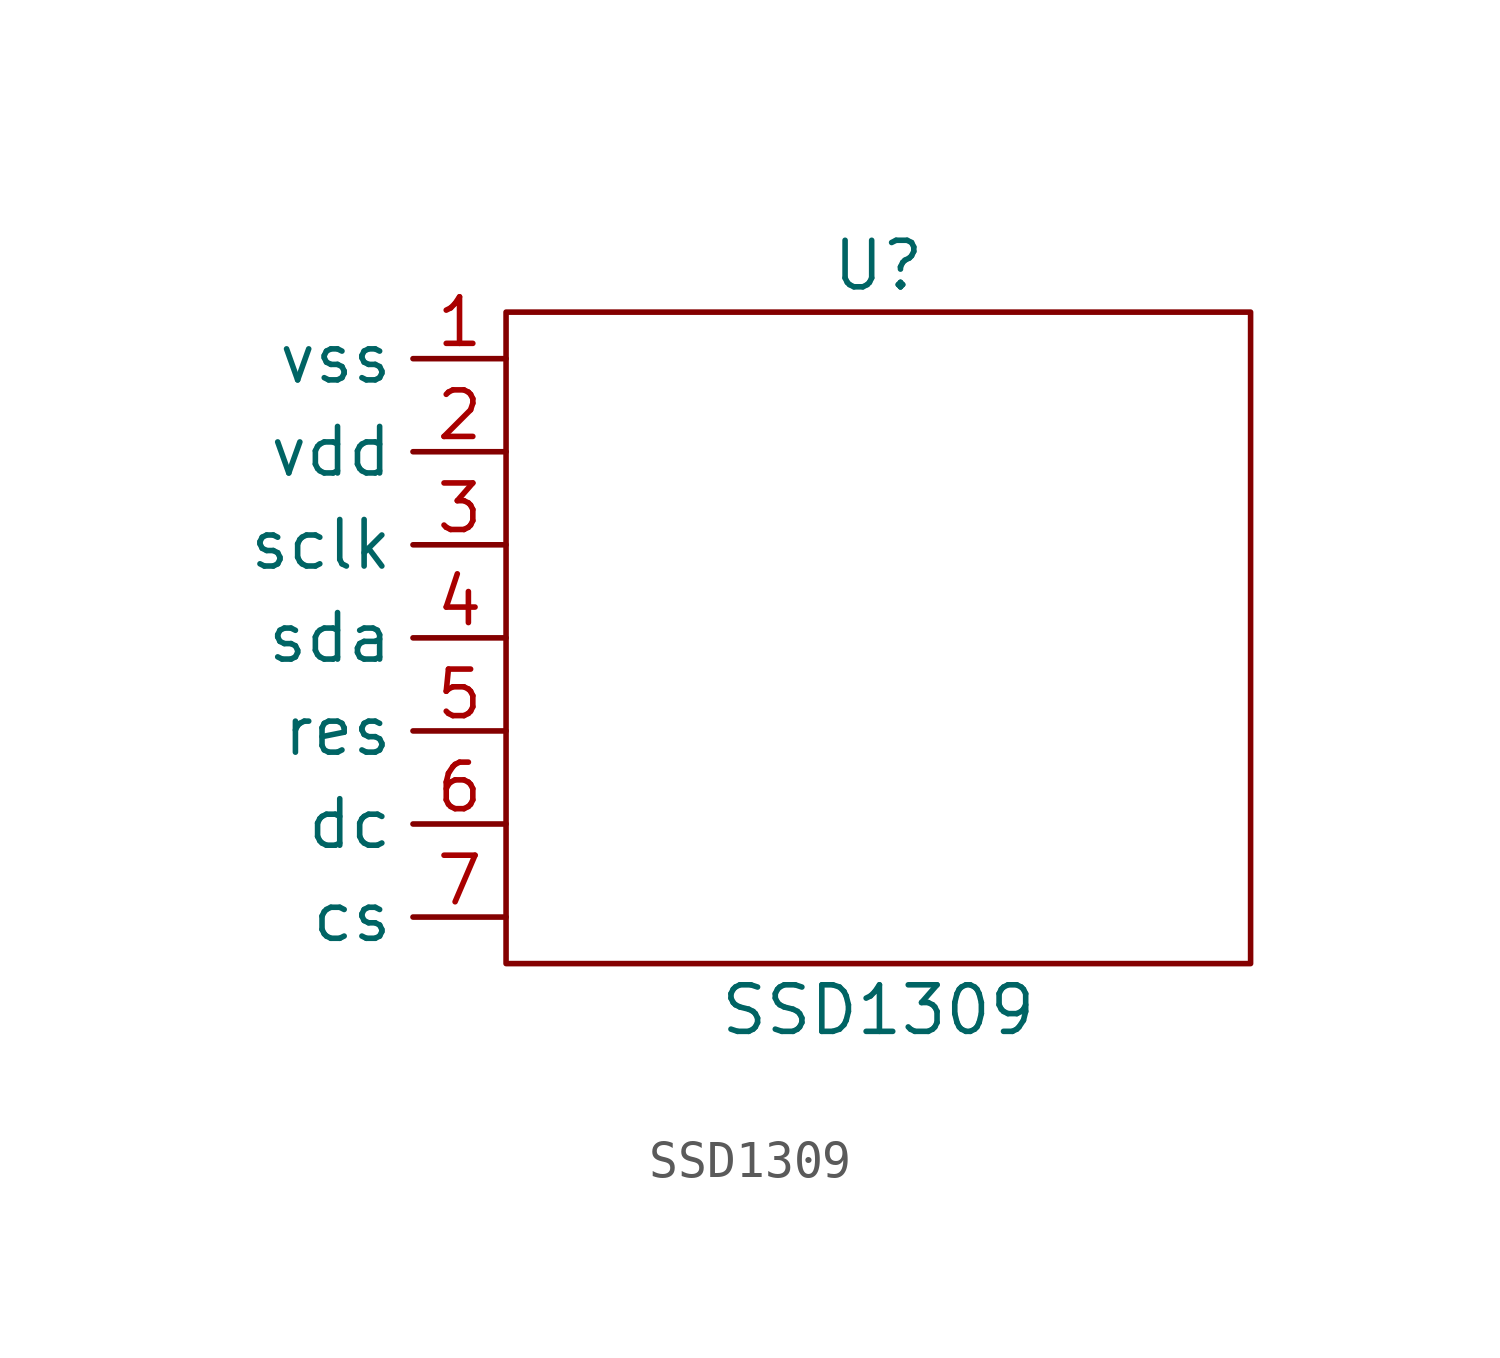
<source format=kicad_sym>
(kicad_symbol_lib
  (version 20211014)
  (generator kicad_symbol_editor)
  (symbol "SSD1309"
    (property "Reference" "U"
      (at 0 10.16 0)
      (effects (font (size 1.27 1.27))))
    (property "Value" "SSD1309"
      (at 0 -10.16 0)
      (effects (font (size 1.27 1.27))))
    (symbol "SSD1309_0_1"
      (rectangle (start -10.16 8.89) (end 10.16 -8.89) (stroke (width 0.152) (type default) (color 0 0 0 0)) (fill (type none))))
    (symbol "SSD1309_1_1"
      (pin input line (at -10.16 7.62 180) (length 2.54) (name "vss" (effects (font (size 1.27 1.27)))) (number "1" (effects (font (size 1.27 1.27)))))
      (pin input line (at -10.16 5.08 180) (length 2.54) (name "vdd" (effects (font (size 1.27 1.27)))) (number "2" (effects (font (size 1.27 1.27)))))
      (pin input line (at -10.16 2.54 180) (length 2.54) (name "sclk" (effects (font (size 1.27 1.27)))) (number "3" (effects (font (size 1.27 1.27)))))
      (pin input line (at -10.16 0 180) (length 2.54) (name "sda" (effects (font (size 1.27 1.27)))) (number "4" (effects (font (size 1.27 1.27)))))
      (pin input line (at -10.16 -2.54 180) (length 2.54) (name "res" (effects (font (size 1.27 1.27)))) (number "5" (effects (font (size 1.27 1.27)))))
      (pin input line (at -10.16 -5.08 180) (length 2.54) (name "dc" (effects (font (size 1.27 1.27)))) (number "6" (effects (font (size 1.27 1.27)))))
      (pin input line (at -10.16 -7.62 180) (length 2.54) (name "cs" (effects (font (size 1.27 1.27)))) (number "7" (effects (font (size 1.27 1.27))))))))
</source>
